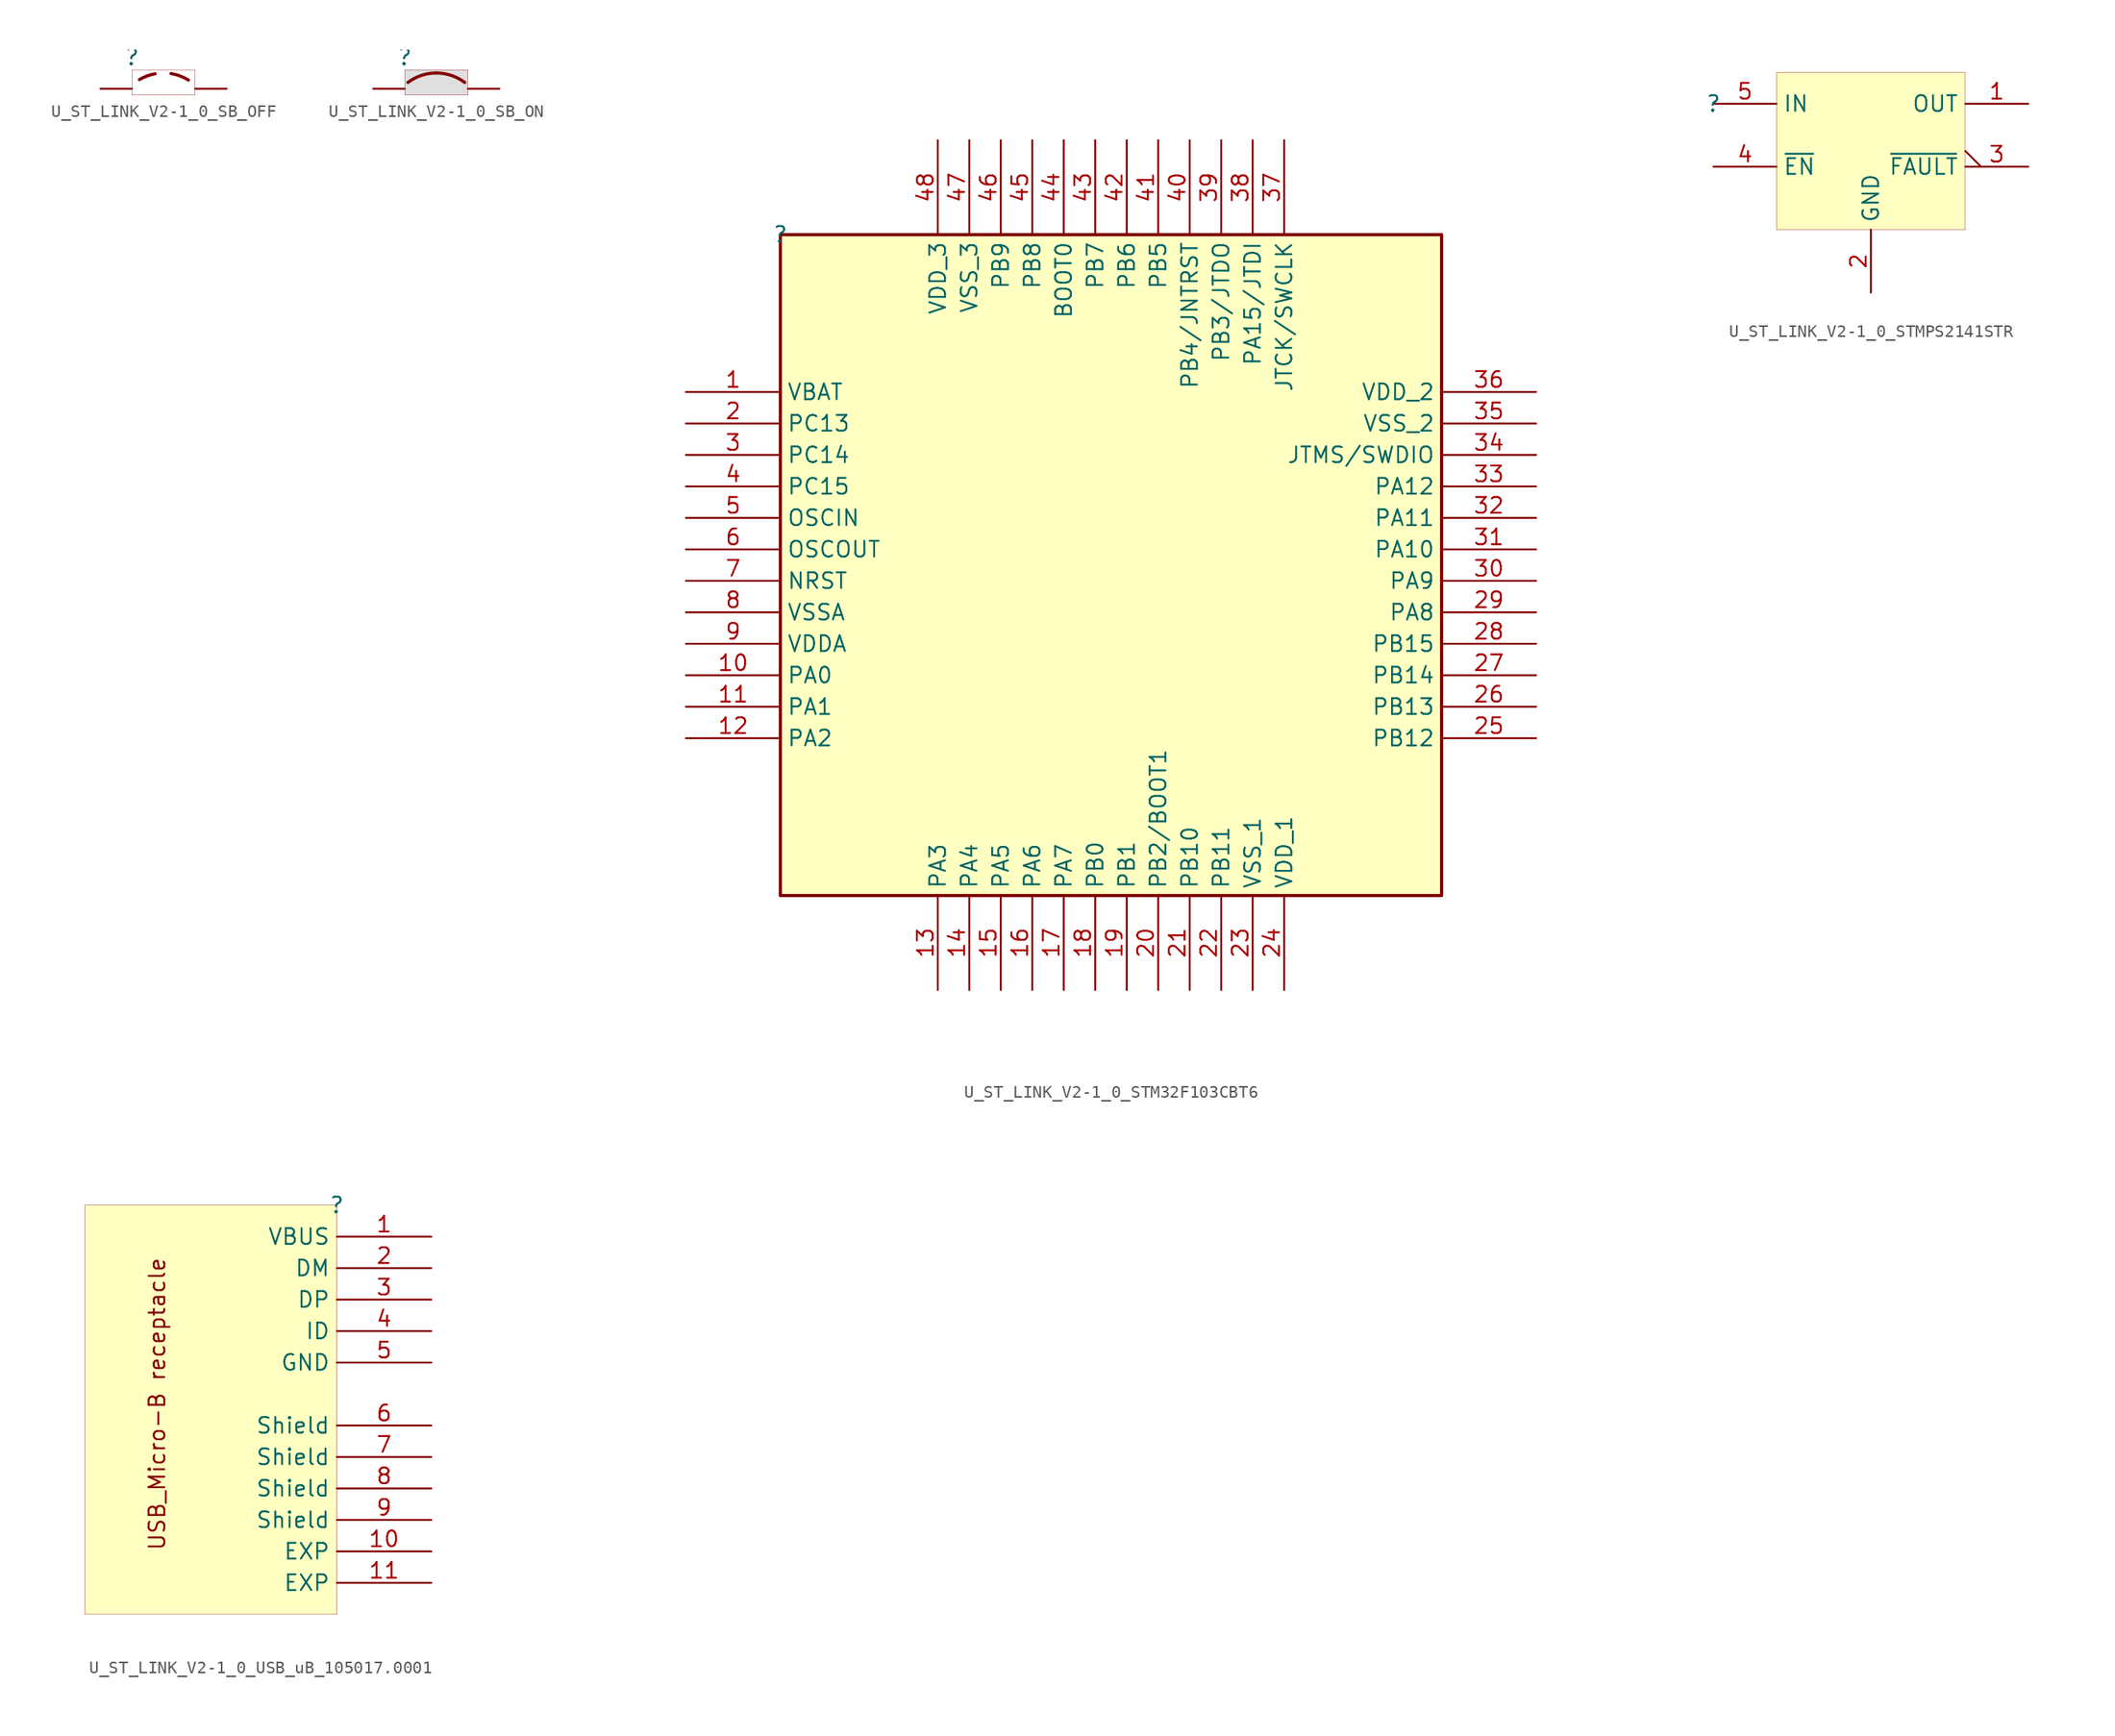
<source format=kicad_sym>
(kicad_symbol_lib
  (version 20231120)
  (generator "kicad_symbol_editor")
  (generator_version "8.0")
  (symbol "U_ST_LINK_V2-1_0_SB_OFF"
    (property "Reference" ""
      (at 0 0 0)
      (effects (font (size 1.27 1.27))))
    (property "Value" ""
      (at 0 0 0)
      (effects (font (size 1.27 1.27))))
    (symbol "U_ST_LINK_V2-1_0_SB_OFF_1_0"
      (arc (start 1.8657 -1.3301) (mid 1.2098 -1.5097) (end 0.5963 -1.803) (stroke (width 0.254) (type solid)) (fill (type none)))
      (arc (start 4.5471 -1.8415) (mid 3.8681 -1.509) (end 3.1369 -1.317) (stroke (width 0.254) (type solid)) (fill (type none)))
      (rectangle (start 5.08 -1.016) (end 0 -3.048) (stroke (width 0.025) (type solid) (color 128 0 0 1)) (fill (type color) (color 255 255 255 0.5)))
      (pin passive line (at -2.54 -2.54 0) (length 2.54) (name "1" (effects (font (size 0 0)))) (number "1" (effects (font (size 0 0)))))
      (pin passive line (at 7.62 -2.54 180) (length 2.54) (name "2" (effects (font (size 0 0)))) (number "2" (effects (font (size 0 0)))))))
  (symbol "U_ST_LINK_V2-1_0_SB_ON"
    (property "Reference" ""
      (at 0 0 0)
      (effects (font (size 1.27 1.27))))
    (property "Value" ""
      (at 0 0 0)
      (effects (font (size 1.27 1.27))))
    (symbol "U_ST_LINK_V2-1_0_SB_ON_1_0"
      (arc (start 2.54 -1.27) (mid 1.3352 -1.4655) (end 0.254 -2.032) (stroke (width 0.254) (type solid)) (fill (type none)))
      (arc (start 4.826 -2.032) (mid 3.7448 -1.4655) (end 2.54 -1.27) (stroke (width 0.254) (type solid)) (fill (type none)))
      (rectangle (start 5.08 -1.016) (end 0 -3.048) (stroke (width 0.025) (type solid) (color 128 0 0 1)) (fill (type color) (color 192 192 192 0.5)))
      (pin passive line (at -2.54 -2.54 0) (length 2.54) (name "1" (effects (font (size 0 0)))) (number "1" (effects (font (size 0 0)))))
      (pin passive line (at 7.62 -2.54 180) (length 2.54) (name "2" (effects (font (size 0 0)))) (number "2" (effects (font (size 0 0)))))))
  (symbol "U_ST_LINK_V2-1_0_STM32F103CBT6"
    (property "Reference" ""
      (at 0 0 0)
      (effects (font (size 1.27 1.27))))
    (property "Value" ""
      (at 0 0 0)
      (effects (font (size 1.27 1.27))))
    (symbol "U_ST_LINK_V2-1_0_STM32F103CBT6_1_0"
      (rectangle (start 53.34 0) (end 0 -53.34) (stroke (width 0.254) (type solid) (color 128 0 0 1)) (fill (type background)))
      (pin passive line (at -7.62 -12.7 0) (length 7.62) (name "VBAT" (effects (font (size 1.27 1.27)))) (number "1" (effects (font (size 1.27 1.27)))))
      (pin passive line (at -7.62 -35.56 0) (length 7.62) (name "PA0" (effects (font (size 1.27 1.27)))) (number "10" (effects (font (size 1.27 1.27)))))
      (pin passive line (at -7.62 -38.1 0) (length 7.62) (name "PA1" (effects (font (size 1.27 1.27)))) (number "11" (effects (font (size 1.27 1.27)))))
      (pin passive line (at -7.62 -40.64 0) (length 7.62) (name "PA2" (effects (font (size 1.27 1.27)))) (number "12" (effects (font (size 1.27 1.27)))))
      (pin passive line (at 12.7 -60.96 90) (length 7.62) (name "PA3" (effects (font (size 1.27 1.27)))) (number "13" (effects (font (size 1.27 1.27)))))
      (pin passive line (at 15.24 -60.96 90) (length 7.62) (name "PA4" (effects (font (size 1.27 1.27)))) (number "14" (effects (font (size 1.27 1.27)))))
      (pin passive line (at 17.78 -60.96 90) (length 7.62) (name "PA5" (effects (font (size 1.27 1.27)))) (number "15" (effects (font (size 1.27 1.27)))))
      (pin passive line (at 20.32 -60.96 90) (length 7.62) (name "PA6" (effects (font (size 1.27 1.27)))) (number "16" (effects (font (size 1.27 1.27)))))
      (pin passive line (at 22.86 -60.96 90) (length 7.62) (name "PA7" (effects (font (size 1.27 1.27)))) (number "17" (effects (font (size 1.27 1.27)))))
      (pin passive line (at 25.4 -60.96 90) (length 7.62) (name "PB0" (effects (font (size 1.27 1.27)))) (number "18" (effects (font (size 1.27 1.27)))))
      (pin passive line (at 27.94 -60.96 90) (length 7.62) (name "PB1" (effects (font (size 1.27 1.27)))) (number "19" (effects (font (size 1.27 1.27)))))
      (pin passive line (at -7.62 -15.24 0) (length 7.62) (name "PC13" (effects (font (size 1.27 1.27)))) (number "2" (effects (font (size 1.27 1.27)))))
      (pin passive line (at 30.48 -60.96 90) (length 7.62) (name "PB2/BOOT1" (effects (font (size 1.27 1.27)))) (number "20" (effects (font (size 1.27 1.27)))))
      (pin passive line (at 33.02 -60.96 90) (length 7.62) (name "PB10" (effects (font (size 1.27 1.27)))) (number "21" (effects (font (size 1.27 1.27)))))
      (pin passive line (at 35.56 -60.96 90) (length 7.62) (name "PB11" (effects (font (size 1.27 1.27)))) (number "22" (effects (font (size 1.27 1.27)))))
      (pin passive line (at 38.1 -60.96 90) (length 7.62) (name "VSS_1" (effects (font (size 1.27 1.27)))) (number "23" (effects (font (size 1.27 1.27)))))
      (pin passive line (at 40.64 -60.96 90) (length 7.62) (name "VDD_1" (effects (font (size 1.27 1.27)))) (number "24" (effects (font (size 1.27 1.27)))))
      (pin passive line (at 60.96 -40.64 180) (length 7.62) (name "PB12" (effects (font (size 1.27 1.27)))) (number "25" (effects (font (size 1.27 1.27)))))
      (pin passive line (at 60.96 -38.1 180) (length 7.62) (name "PB13" (effects (font (size 1.27 1.27)))) (number "26" (effects (font (size 1.27 1.27)))))
      (pin passive line (at 60.96 -35.56 180) (length 7.62) (name "PB14" (effects (font (size 1.27 1.27)))) (number "27" (effects (font (size 1.27 1.27)))))
      (pin passive line (at 60.96 -33.02 180) (length 7.62) (name "PB15" (effects (font (size 1.27 1.27)))) (number "28" (effects (font (size 1.27 1.27)))))
      (pin passive line (at 60.96 -30.48 180) (length 7.62) (name "PA8" (effects (font (size 1.27 1.27)))) (number "29" (effects (font (size 1.27 1.27)))))
      (pin passive line (at -7.62 -17.78 0) (length 7.62) (name "PC14" (effects (font (size 1.27 1.27)))) (number "3" (effects (font (size 1.27 1.27)))))
      (pin passive line (at 60.96 -27.94 180) (length 7.62) (name "PA9" (effects (font (size 1.27 1.27)))) (number "30" (effects (font (size 1.27 1.27)))))
      (pin passive line (at 60.96 -25.4 180) (length 7.62) (name "PA10" (effects (font (size 1.27 1.27)))) (number "31" (effects (font (size 1.27 1.27)))))
      (pin passive line (at 60.96 -22.86 180) (length 7.62) (name "PA11" (effects (font (size 1.27 1.27)))) (number "32" (effects (font (size 1.27 1.27)))))
      (pin passive line (at 60.96 -20.32 180) (length 7.62) (name "PA12" (effects (font (size 1.27 1.27)))) (number "33" (effects (font (size 1.27 1.27)))))
      (pin passive line (at 60.96 -17.78 180) (length 7.62) (name "JTMS/SWDIO" (effects (font (size 1.27 1.27)))) (number "34" (effects (font (size 1.27 1.27)))))
      (pin passive line (at 60.96 -15.24 180) (length 7.62) (name "VSS_2" (effects (font (size 1.27 1.27)))) (number "35" (effects (font (size 1.27 1.27)))))
      (pin passive line (at 60.96 -12.7 180) (length 7.62) (name "VDD_2" (effects (font (size 1.27 1.27)))) (number "36" (effects (font (size 1.27 1.27)))))
      (pin passive line (at 40.64 7.62 270) (length 7.62) (name "JTCK/SWCLK" (effects (font (size 1.27 1.27)))) (number "37" (effects (font (size 1.27 1.27)))))
      (pin passive line (at 38.1 7.62 270) (length 7.62) (name "PA15/JTDI" (effects (font (size 1.27 1.27)))) (number "38" (effects (font (size 1.27 1.27)))))
      (pin passive line (at 35.56 7.62 270) (length 7.62) (name "PB3/JTDO" (effects (font (size 1.27 1.27)))) (number "39" (effects (font (size 1.27 1.27)))))
      (pin passive line (at -7.62 -20.32 0) (length 7.62) (name "PC15" (effects (font (size 1.27 1.27)))) (number "4" (effects (font (size 1.27 1.27)))))
      (pin passive line (at 33.02 7.62 270) (length 7.62) (name "PB4/JNTRST" (effects (font (size 1.27 1.27)))) (number "40" (effects (font (size 1.27 1.27)))))
      (pin passive line (at 30.48 7.62 270) (length 7.62) (name "PB5" (effects (font (size 1.27 1.27)))) (number "41" (effects (font (size 1.27 1.27)))))
      (pin passive line (at 27.94 7.62 270) (length 7.62) (name "PB6" (effects (font (size 1.27 1.27)))) (number "42" (effects (font (size 1.27 1.27)))))
      (pin passive line (at 25.4 7.62 270) (length 7.62) (name "PB7" (effects (font (size 1.27 1.27)))) (number "43" (effects (font (size 1.27 1.27)))))
      (pin passive line (at 22.86 7.62 270) (length 7.62) (name "BOOT0" (effects (font (size 1.27 1.27)))) (number "44" (effects (font (size 1.27 1.27)))))
      (pin passive line (at 20.32 7.62 270) (length 7.62) (name "PB8" (effects (font (size 1.27 1.27)))) (number "45" (effects (font (size 1.27 1.27)))))
      (pin passive line (at 17.78 7.62 270) (length 7.62) (name "PB9" (effects (font (size 1.27 1.27)))) (number "46" (effects (font (size 1.27 1.27)))))
      (pin passive line (at 15.24 7.62 270) (length 7.62) (name "VSS_3" (effects (font (size 1.27 1.27)))) (number "47" (effects (font (size 1.27 1.27)))))
      (pin passive line (at 12.7 7.62 270) (length 7.62) (name "VDD_3" (effects (font (size 1.27 1.27)))) (number "48" (effects (font (size 1.27 1.27)))))
      (pin passive line (at -7.62 -22.86 0) (length 7.62) (name "OSCIN" (effects (font (size 1.27 1.27)))) (number "5" (effects (font (size 1.27 1.27)))))
      (pin passive line (at -7.62 -25.4 0) (length 7.62) (name "OSCOUT" (effects (font (size 1.27 1.27)))) (number "6" (effects (font (size 1.27 1.27)))))
      (pin passive line (at -7.62 -27.94 0) (length 7.62) (name "NRST" (effects (font (size 1.27 1.27)))) (number "7" (effects (font (size 1.27 1.27)))))
      (pin passive line (at -7.62 -30.48 0) (length 7.62) (name "VSSA" (effects (font (size 1.27 1.27)))) (number "8" (effects (font (size 1.27 1.27)))))
      (pin passive line (at -7.62 -33.02 0) (length 7.62) (name "VDDA" (effects (font (size 1.27 1.27)))) (number "9" (effects (font (size 1.27 1.27)))))))
  (symbol "U_ST_LINK_V2-1_0_STMPS2141STR"
    (property "Reference" ""
      (at 0 0 0)
      (effects (font (size 1.27 1.27))))
    (property "Value" ""
      (at 0 0 0)
      (effects (font (size 1.27 1.27))))
    (symbol "U_ST_LINK_V2-1_0_STMPS2141STR_1_0"
      (rectangle (start 20.32 2.54) (end 5.08 -10.16) (stroke (width 0.025) (type solid) (color 128 0 0 1)) (fill (type background)))
      (pin passive line (at 25.4 0 180) (length 5.08) (name "OUT" (effects (font (size 1.27 1.27)))) (number "1" (effects (font (size 1.27 1.27)))))
      (pin passive line (at 12.7 -15.24 90) (length 5.08) (name "GND" (effects (font (size 1.27 1.27)))) (number "2" (effects (font (size 1.27 1.27)))))
      (pin passive output_low (at 25.4 -5.08 180) (length 5.08) (name "~{FAULT}" (effects (font (size 1.27 1.27)))) (number "3" (effects (font (size 1.27 1.27)))))
      (pin passive line (at 0 -5.08 0) (length 5.08) (name "~{EN}" (effects (font (size 1.27 1.27)))) (number "4" (effects (font (size 1.27 1.27)))))
      (pin passive line (at 0 0 0) (length 5.08) (name "IN" (effects (font (size 1.27 1.27)))) (number "5" (effects (font (size 1.27 1.27)))))))
  (symbol "U_ST_LINK_V2-1_0_USB_uB_105017.0001"
    (property "Reference" ""
      (at 0 0 0)
      (effects (font (size 1.27 1.27))))
    (property "Value" ""
      (at 0 0 0)
      (effects (font (size 1.27 1.27))))
    (symbol "U_ST_LINK_V2-1_0_USB_uB_105017.0001_1_0"
      (rectangle (start 0 0) (end -20.32 -33.02) (stroke (width 0.025) (type solid) (color 128 0 0 1)) (fill (type background)))
      (text "USB_Micro-B receptacle" (at -15.24 -27.94 900) (effects (font (size 1.27 1.27)) (justify left top)))
      (pin passive line (at 7.62 -2.54 180) (length 7.62) (name "VBUS" (effects (font (size 1.27 1.27)))) (number "1" (effects (font (size 1.27 1.27)))))
      (pin passive line (at 7.62 -27.94 180) (length 7.62) (name "EXP" (effects (font (size 1.27 1.27)))) (number "10" (effects (font (size 1.27 1.27)))))
      (pin passive line (at 7.62 -30.48 180) (length 7.62) (name "EXP" (effects (font (size 1.27 1.27)))) (number "11" (effects (font (size 1.27 1.27)))))
      (pin passive line (at 7.62 -5.08 180) (length 7.62) (name "DM" (effects (font (size 1.27 1.27)))) (number "2" (effects (font (size 1.27 1.27)))))
      (pin passive line (at 7.62 -7.62 180) (length 7.62) (name "DP" (effects (font (size 1.27 1.27)))) (number "3" (effects (font (size 1.27 1.27)))))
      (pin passive line (at 7.62 -10.16 180) (length 7.62) (name "ID" (effects (font (size 1.27 1.27)))) (number "4" (effects (font (size 1.27 1.27)))))
      (pin passive line (at 7.62 -12.7 180) (length 7.62) (name "GND" (effects (font (size 1.27 1.27)))) (number "5" (effects (font (size 1.27 1.27)))))
      (pin passive line (at 7.62 -17.78 180) (length 7.62) (name "Shield" (effects (font (size 1.27 1.27)))) (number "6" (effects (font (size 1.27 1.27)))))
      (pin passive line (at 7.62 -20.32 180) (length 7.62) (name "Shield" (effects (font (size 1.27 1.27)))) (number "7" (effects (font (size 1.27 1.27)))))
      (pin passive line (at 7.62 -22.86 180) (length 7.62) (name "Shield" (effects (font (size 1.27 1.27)))) (number "8" (effects (font (size 1.27 1.27)))))
      (pin passive line (at 7.62 -25.4 180) (length 7.62) (name "Shield" (effects (font (size 1.27 1.27)))) (number "9" (effects (font (size 1.27 1.27))))))))
</source>
